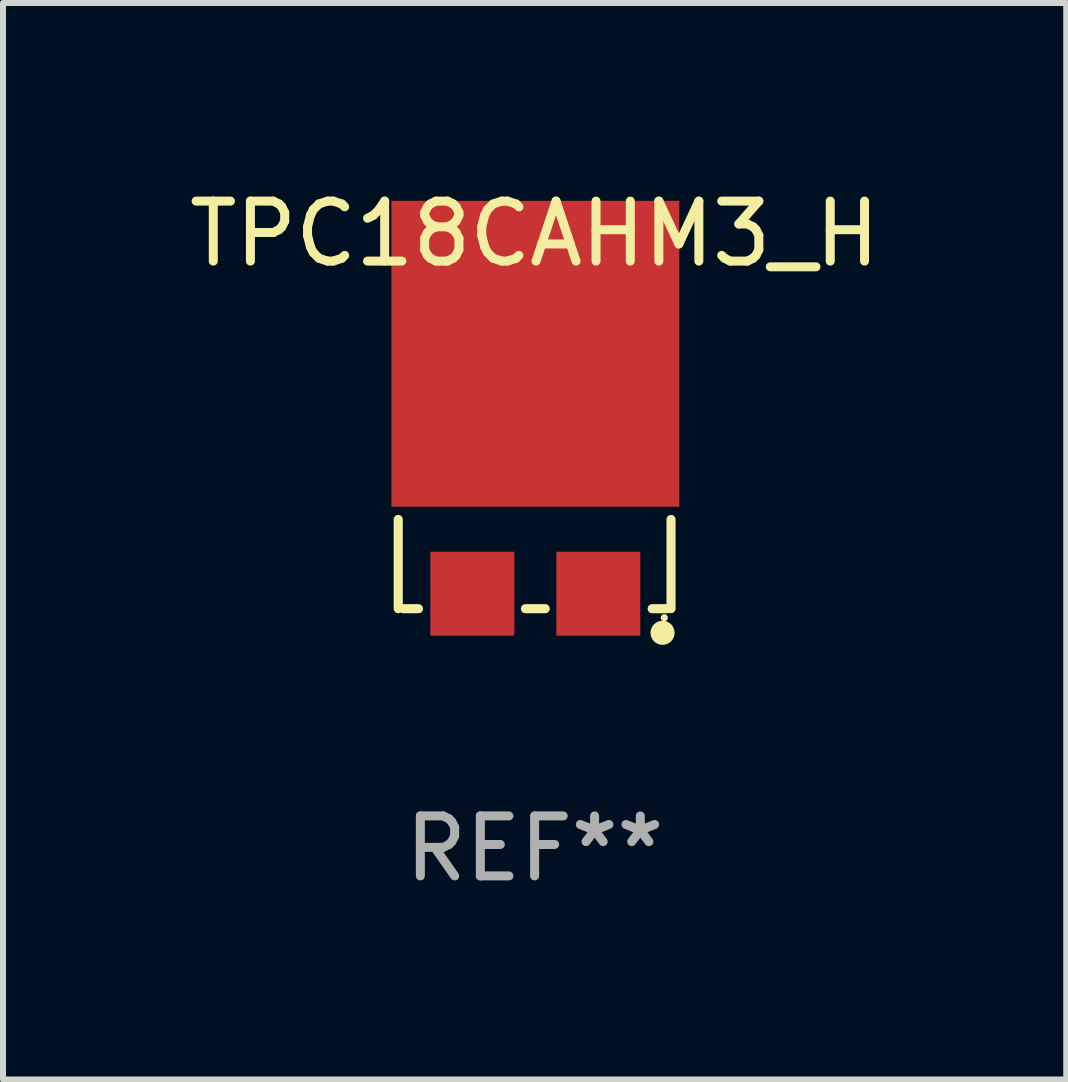
<source format=kicad_pcb>
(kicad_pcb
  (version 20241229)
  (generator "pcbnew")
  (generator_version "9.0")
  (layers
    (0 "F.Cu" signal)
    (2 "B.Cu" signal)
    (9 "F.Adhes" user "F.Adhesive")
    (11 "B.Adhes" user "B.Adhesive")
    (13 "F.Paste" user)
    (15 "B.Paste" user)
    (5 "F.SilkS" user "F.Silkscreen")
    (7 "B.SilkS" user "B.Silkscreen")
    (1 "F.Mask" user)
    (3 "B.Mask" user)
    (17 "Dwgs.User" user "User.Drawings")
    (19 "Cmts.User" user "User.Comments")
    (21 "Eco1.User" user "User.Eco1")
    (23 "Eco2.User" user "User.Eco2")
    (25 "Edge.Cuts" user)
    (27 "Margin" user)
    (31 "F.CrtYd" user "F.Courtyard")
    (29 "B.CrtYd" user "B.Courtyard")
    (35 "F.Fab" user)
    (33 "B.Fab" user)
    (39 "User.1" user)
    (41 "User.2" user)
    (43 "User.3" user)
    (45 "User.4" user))
  (footprint "TPC18CAHM3_H"
    (layer "F.Cu")
    (at 5.863 4.973)
    (property "Reference" "TPC18CAHM3_H" (at 0 -4.125 0) (layer "F.SilkS") (effects (font (size 1 1) (thickness 0.15))))
    (attr through_hole)
    (fp_line (start -2.274 0.637) (end -2.274 2.125) (stroke (width 0.152) (type solid)) (layer "F.SilkS"))
    (fp_line (start -1.936 2.125) (end -2.188 2.125) (stroke (width 0.152) (type solid)) (layer "F.SilkS"))
    (fp_line (start 0.177 2.125) (end -0.153 2.125) (stroke (width 0.152) (type solid)) (layer "F.SilkS"))
    (fp_line (start 2.212 2.125) (end 1.96 2.125) (stroke (width 0.152) (type solid)) (layer "F.SilkS"))
    (fp_line (start 2.274 0.637) (end 2.274 2.124) (stroke (width 0.152) (type solid)) (layer "F.SilkS"))
    (fp_circle (center 2.133 2.527) (end 2.234 2.527) (stroke (width 0.2) (type solid)) (fill no) (layer "F.SilkS"))
    (fp_circle (center 2.162 2.275) (end 2.192 2.275) (stroke (width 0.06) (type solid)) (fill no) (layer "F.SilkS"))
    (fp_text user "REF**" (at 0 6.125 0) (layer "F.Fab") (effects (font (size 1 1) (thickness 0.15))))
    (pad "1" smd rect (at 1.062 1.875) (size 1.4 1.4) (layers "F.Cu" "F.Mask" "F.Paste"))
    (pad "2" smd rect (at -1.038 1.875) (size 1.4 1.4) (layers "F.Cu" "F.Mask" "F.Paste"))
    (pad "3" smd rect (at 0.012 -2.125) (size 4.8 5.1) (layers "F.Cu" "F.Mask" "F.Paste")))
  (gr_rect
    (start -3 -3)
    (end 14.726 14.947)
    (stroke (width 0.1) (type default))
    (fill no)
    (layer "Edge.Cuts")))
</source>
